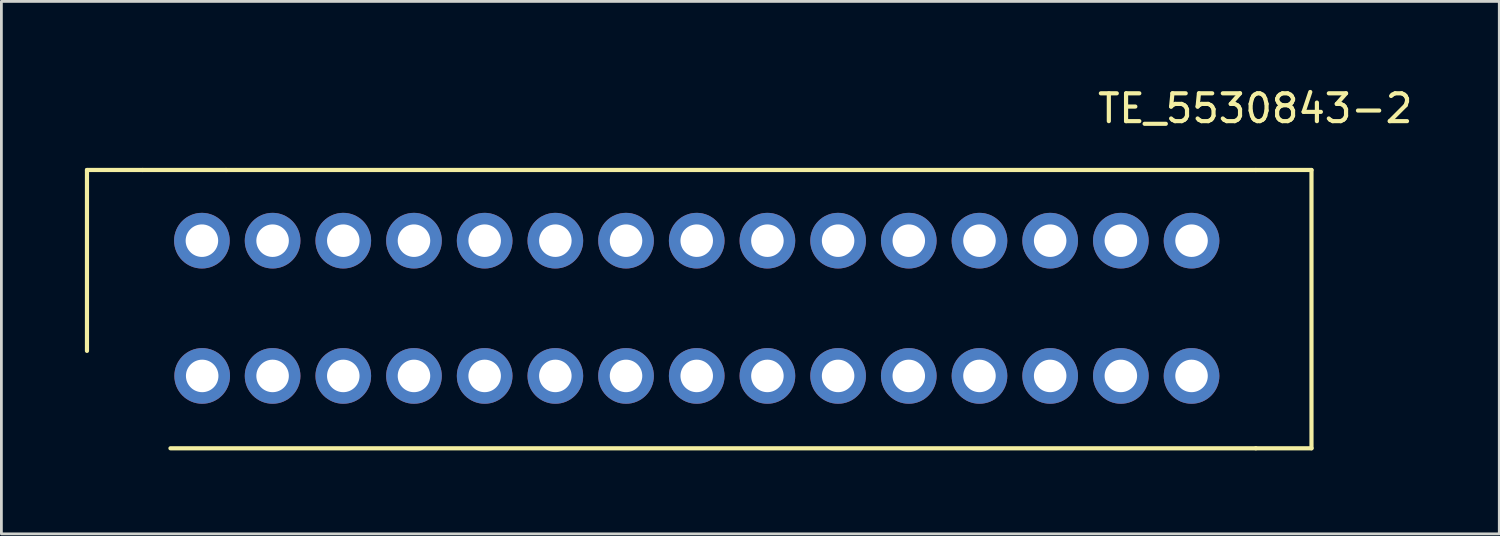
<source format=kicad_pcb>
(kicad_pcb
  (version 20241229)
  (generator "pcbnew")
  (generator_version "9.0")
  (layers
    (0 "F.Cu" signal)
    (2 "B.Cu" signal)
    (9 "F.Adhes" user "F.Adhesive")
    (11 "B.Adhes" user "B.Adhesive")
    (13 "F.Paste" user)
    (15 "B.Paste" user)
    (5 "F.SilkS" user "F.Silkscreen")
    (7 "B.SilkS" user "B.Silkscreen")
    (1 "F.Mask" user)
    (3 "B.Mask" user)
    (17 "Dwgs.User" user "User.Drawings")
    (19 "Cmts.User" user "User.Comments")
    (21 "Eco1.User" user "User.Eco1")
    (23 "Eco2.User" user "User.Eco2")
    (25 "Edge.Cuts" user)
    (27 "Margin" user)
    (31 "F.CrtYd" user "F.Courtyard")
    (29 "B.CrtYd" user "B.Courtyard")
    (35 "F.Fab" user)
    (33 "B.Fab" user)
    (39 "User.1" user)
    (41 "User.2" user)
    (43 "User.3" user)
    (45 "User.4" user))
  (footprint "TE_5530843-2"
    (layer "F.Cu")
    (at 22.075 8.058)
    (property "Reference" "TE_5530843-2" (at 19.98 -7.21 0) (layer "F.SilkS") (effects (font (size 1 1) (thickness 0.15))))
    (attr through_hole)
    (fp_line (start -22 -5) (end -20 -5) (stroke (width 0.15) (type solid)) (layer "F.SilkS"))
    (fp_line (start -22 1.5) (end -22 -5) (stroke (width 0.15) (type solid)) (layer "F.SilkS"))
    (fp_line (start -20 -5) (end -17 -5) (stroke (width 0.15) (type solid)) (layer "F.SilkS"))
    (fp_line (start -17 -5) (end 20 -5) (stroke (width 0.15) (type solid)) (layer "F.SilkS"))
    (fp_line (start 20 5) (end -19 5) (stroke (width 0.15) (type solid)) (layer "F.SilkS"))
    (fp_line (start 20 5) (end 22 5) (stroke (width 0.15) (type solid)) (layer "F.SilkS"))
    (fp_line (start 22 -5) (end 20 -5) (stroke (width 0.15) (type solid)) (layer "F.SilkS"))
    (fp_line (start 22 5) (end 22 -5) (stroke (width 0.15) (type solid)) (layer "F.SilkS"))
    (pad "1" thru_hole circle (at -17.86 2.4) (size 2 2) (drill 1.168) (layers "*.Cu" "*.Mask"))
    (pad "2" thru_hole circle (at -17.87 -2.46) (size 2 2) (drill 1.168) (layers "*.Cu" "*.Mask"))
    (pad "3" thru_hole circle (at -15.33 2.4) (size 2 2) (drill 1.168) (layers "*.Cu" "*.Mask"))
    (pad "4" thru_hole circle (at -15.33 -2.46) (size 2 2) (drill 1.168) (layers "*.Cu" "*.Mask"))
    (pad "5" thru_hole circle (at -12.79 2.4) (size 2 2) (drill 1.168) (layers "*.Cu" "*.Mask"))
    (pad "6" thru_hole circle (at -12.79 -2.46) (size 2 2) (drill 1.168) (layers "*.Cu" "*.Mask"))
    (pad "7" thru_hole circle (at -10.25 2.4) (size 2 2) (drill 1.168) (layers "*.Cu" "*.Mask"))
    (pad "8" thru_hole circle (at -10.25 -2.46) (size 2 2) (drill 1.168) (layers "*.Cu" "*.Mask"))
    (pad "9" thru_hole circle (at -7.71 2.4) (size 2 2) (drill 1.168) (layers "*.Cu" "*.Mask"))
    (pad "10" thru_hole circle (at -7.71 -2.46) (size 2 2) (drill 1.168) (layers "*.Cu" "*.Mask"))
    (pad "11" thru_hole circle (at -5.17 2.4) (size 2 2) (drill 1.168) (layers "*.Cu" "*.Mask"))
    (pad "12" thru_hole circle (at -5.17 -2.46) (size 2 2) (drill 1.168) (layers "*.Cu" "*.Mask"))
    (pad "13" thru_hole circle (at -2.63 2.4) (size 2 2) (drill 1.168) (layers "*.Cu" "*.Mask"))
    (pad "14" thru_hole circle (at -2.63 -2.46) (size 2 2) (drill 1.168) (layers "*.Cu" "*.Mask"))
    (pad "15" thru_hole circle (at -0.09 2.4) (size 2 2) (drill 1.168) (layers "*.Cu" "*.Mask"))
    (pad "16" thru_hole circle (at -0.09 -2.46) (size 2 2) (drill 1.168) (layers "*.Cu" "*.Mask"))
    (pad "17" thru_hole circle (at 2.45 2.4) (size 2 2) (drill 1.168) (layers "*.Cu" "*.Mask"))
    (pad "18" thru_hole circle (at 2.45 -2.46) (size 2 2) (drill 1.168) (layers "*.Cu" "*.Mask"))
    (pad "19" thru_hole circle (at 4.99 2.4) (size 2 2) (drill 1.168) (layers "*.Cu" "*.Mask"))
    (pad "20" thru_hole circle (at 4.99 -2.46) (size 2 2) (drill 1.168) (layers "*.Cu" "*.Mask"))
    (pad "21" thru_hole circle (at 7.53 2.4) (size 2 2) (drill 1.168) (layers "*.Cu" "*.Mask"))
    (pad "22" thru_hole circle (at 7.53 -2.46) (size 2 2) (drill 1.168) (layers "*.Cu" "*.Mask"))
    (pad "23" thru_hole circle (at 10.07 2.4) (size 2 2) (drill 1.168) (layers "*.Cu" "*.Mask"))
    (pad "24" thru_hole circle (at 10.07 -2.46) (size 2 2) (drill 1.168) (layers "*.Cu" "*.Mask"))
    (pad "25" thru_hole circle (at 12.61 2.4) (size 2 2) (drill 1.168) (layers "*.Cu" "*.Mask"))
    (pad "26" thru_hole circle (at 12.61 -2.46) (size 2 2) (drill 1.168) (layers "*.Cu" "*.Mask"))
    (pad "27" thru_hole circle (at 15.15 2.4) (size 2 2) (drill 1.168) (layers "*.Cu" "*.Mask"))
    (pad "28" thru_hole circle (at 15.15 -2.46) (size 2 2) (drill 1.168) (layers "*.Cu" "*.Mask"))
    (pad "29" thru_hole circle (at 17.69 2.4) (size 2 2) (drill 1.168) (layers "*.Cu" "*.Mask"))
    (pad "30" thru_hole circle (at 17.69 -2.46) (size 2 2) (drill 1.168) (layers "*.Cu" "*.Mask")))
  (gr_rect
    (start -3 -3)
    (end 50.823 16.133)
    (stroke (width 0.1) (type default))
    (fill no)
    (layer "Edge.Cuts")))
</source>
